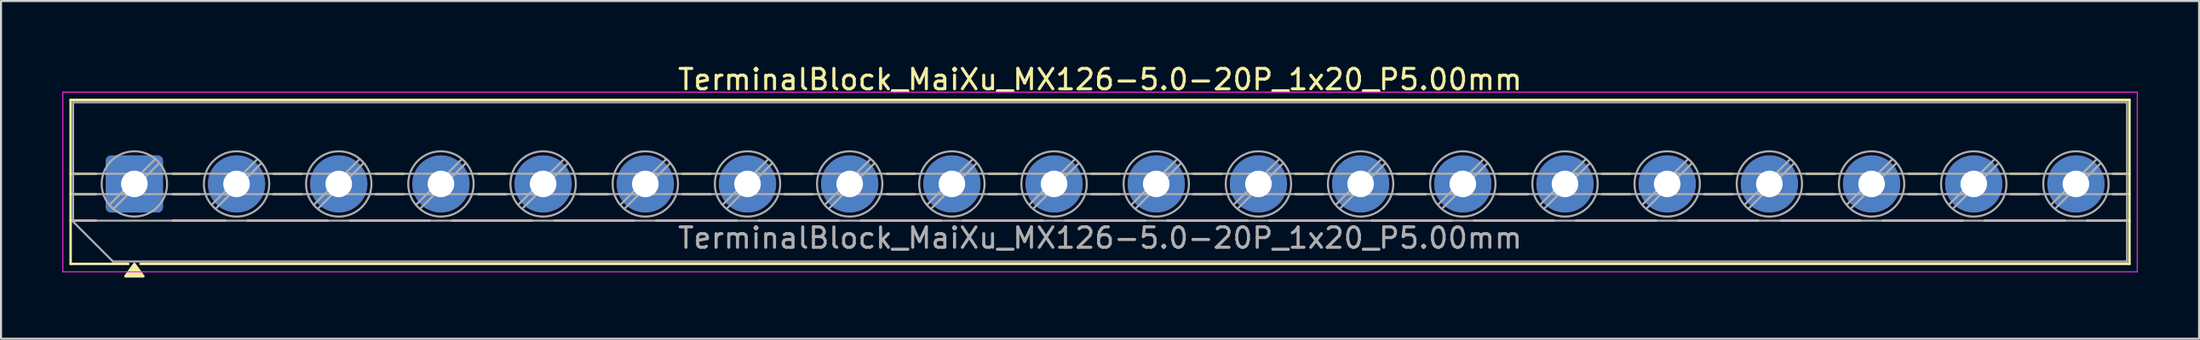
<source format=kicad_pcb>
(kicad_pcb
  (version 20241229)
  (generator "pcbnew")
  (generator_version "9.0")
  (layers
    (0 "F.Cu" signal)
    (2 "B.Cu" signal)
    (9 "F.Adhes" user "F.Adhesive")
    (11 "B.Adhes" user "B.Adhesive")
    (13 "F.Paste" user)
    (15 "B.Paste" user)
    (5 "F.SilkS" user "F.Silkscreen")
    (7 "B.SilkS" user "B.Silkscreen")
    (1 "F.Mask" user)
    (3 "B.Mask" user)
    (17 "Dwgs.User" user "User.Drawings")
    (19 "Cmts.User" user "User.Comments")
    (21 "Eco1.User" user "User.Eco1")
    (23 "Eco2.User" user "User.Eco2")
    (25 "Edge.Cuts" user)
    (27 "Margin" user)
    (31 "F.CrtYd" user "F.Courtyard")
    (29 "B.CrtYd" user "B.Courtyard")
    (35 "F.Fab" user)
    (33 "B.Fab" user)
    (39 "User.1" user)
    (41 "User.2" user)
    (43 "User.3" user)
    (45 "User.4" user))
  (footprint "TerminalBlock_MaiXu_MX126-5.0-20P_1x20_P5.00mm"
    (layer "F.Cu")
    (at 3.525 5.968)
    (property "Reference" "TerminalBlock_MaiXu_MX126-5.0-20P_1x20_P5.00mm" (at 47.25 -5.12 0) (layer "F.SilkS") (effects (font (size 1 1) (thickness 0.15))))
    (attr through_hole)
    (fp_line (start -3.12 -4.12) (end -3.12 3.92) (stroke (width 0.12) (type solid)) (layer "F.SilkS"))
    (fp_line (start -3.12 -4.12) (end 97.62 -4.12) (stroke (width 0.12) (type solid)) (layer "F.SilkS"))
    (fp_line (start -3.12 -0.5) (end -1.88 -0.5) (stroke (width 0.12) (type solid)) (layer "F.SilkS"))
    (fp_line (start -3.12 0.5) (end -1.88 0.5) (stroke (width 0.12) (type solid)) (layer "F.SilkS"))
    (fp_line (start -3.12 1.8) (end -1.88 1.8) (stroke (width 0.12) (type solid)) (layer "F.SilkS"))
    (fp_line (start -3.12 3.92) (end -0.3 3.92) (stroke (width 0.12) (type solid)) (layer "F.SilkS"))
    (fp_line (start 0.3 3.92) (end 97.62 3.92) (stroke (width 0.12) (type solid)) (layer "F.SilkS"))
    (fp_line (start 1.88 -0.5) (end 3.188 -0.5) (stroke (width 0.12) (type solid)) (layer "F.SilkS"))
    (fp_line (start 1.88 0.5) (end 3.188 0.5) (stroke (width 0.12) (type solid)) (layer "F.SilkS"))
    (fp_line (start 1.88 1.8) (end 4.457 1.8) (stroke (width 0.12) (type solid)) (layer "F.SilkS"))
    (fp_line (start 5.543 1.8) (end 9.457 1.8) (stroke (width 0.12) (type solid)) (layer "F.SilkS"))
    (fp_line (start 6.812 -0.5) (end 8.188 -0.5) (stroke (width 0.12) (type solid)) (layer "F.SilkS"))
    (fp_line (start 6.812 0.5) (end 8.188 0.5) (stroke (width 0.12) (type solid)) (layer "F.SilkS"))
    (fp_line (start 10.543 1.8) (end 14.457 1.8) (stroke (width 0.12) (type solid)) (layer "F.SilkS"))
    (fp_line (start 11.812 -0.5) (end 13.188 -0.5) (stroke (width 0.12) (type solid)) (layer "F.SilkS"))
    (fp_line (start 11.812 0.5) (end 13.188 0.5) (stroke (width 0.12) (type solid)) (layer "F.SilkS"))
    (fp_line (start 15.543 1.8) (end 19.457 1.8) (stroke (width 0.12) (type solid)) (layer "F.SilkS"))
    (fp_line (start 16.812 -0.5) (end 18.188 -0.5) (stroke (width 0.12) (type solid)) (layer "F.SilkS"))
    (fp_line (start 16.812 0.5) (end 18.188 0.5) (stroke (width 0.12) (type solid)) (layer "F.SilkS"))
    (fp_line (start 20.543 1.8) (end 24.457 1.8) (stroke (width 0.12) (type solid)) (layer "F.SilkS"))
    (fp_line (start 21.812 -0.5) (end 23.188 -0.5) (stroke (width 0.12) (type solid)) (layer "F.SilkS"))
    (fp_line (start 21.812 0.5) (end 23.188 0.5) (stroke (width 0.12) (type solid)) (layer "F.SilkS"))
    (fp_line (start 25.543 1.8) (end 29.457 1.8) (stroke (width 0.12) (type solid)) (layer "F.SilkS"))
    (fp_line (start 26.812 -0.5) (end 28.188 -0.5) (stroke (width 0.12) (type solid)) (layer "F.SilkS"))
    (fp_line (start 26.812 0.5) (end 28.188 0.5) (stroke (width 0.12) (type solid)) (layer "F.SilkS"))
    (fp_line (start 30.543 1.8) (end 34.457 1.8) (stroke (width 0.12) (type solid)) (layer "F.SilkS"))
    (fp_line (start 31.812 -0.5) (end 33.188 -0.5) (stroke (width 0.12) (type solid)) (layer "F.SilkS"))
    (fp_line (start 31.812 0.5) (end 33.188 0.5) (stroke (width 0.12) (type solid)) (layer "F.SilkS"))
    (fp_line (start 35.543 1.8) (end 39.457 1.8) (stroke (width 0.12) (type solid)) (layer "F.SilkS"))
    (fp_line (start 36.812 -0.5) (end 38.188 -0.5) (stroke (width 0.12) (type solid)) (layer "F.SilkS"))
    (fp_line (start 36.812 0.5) (end 38.188 0.5) (stroke (width 0.12) (type solid)) (layer "F.SilkS"))
    (fp_line (start 40.543 1.8) (end 44.457 1.8) (stroke (width 0.12) (type solid)) (layer "F.SilkS"))
    (fp_line (start 41.812 -0.5) (end 43.188 -0.5) (stroke (width 0.12) (type solid)) (layer "F.SilkS"))
    (fp_line (start 41.812 0.5) (end 43.188 0.5) (stroke (width 0.12) (type solid)) (layer "F.SilkS"))
    (fp_line (start 45.543 1.8) (end 49.457 1.8) (stroke (width 0.12) (type solid)) (layer "F.SilkS"))
    (fp_line (start 46.812 -0.5) (end 48.188 -0.5) (stroke (width 0.12) (type solid)) (layer "F.SilkS"))
    (fp_line (start 46.812 0.5) (end 48.188 0.5) (stroke (width 0.12) (type solid)) (layer "F.SilkS"))
    (fp_line (start 50.543 1.8) (end 54.457 1.8) (stroke (width 0.12) (type solid)) (layer "F.SilkS"))
    (fp_line (start 51.812 -0.5) (end 53.188 -0.5) (stroke (width 0.12) (type solid)) (layer "F.SilkS"))
    (fp_line (start 51.812 0.5) (end 53.188 0.5) (stroke (width 0.12) (type solid)) (layer "F.SilkS"))
    (fp_line (start 55.543 1.8) (end 59.457 1.8) (stroke (width 0.12) (type solid)) (layer "F.SilkS"))
    (fp_line (start 56.812 -0.5) (end 58.188 -0.5) (stroke (width 0.12) (type solid)) (layer "F.SilkS"))
    (fp_line (start 56.812 0.5) (end 58.188 0.5) (stroke (width 0.12) (type solid)) (layer "F.SilkS"))
    (fp_line (start 60.543 1.8) (end 64.457 1.8) (stroke (width 0.12) (type solid)) (layer "F.SilkS"))
    (fp_line (start 61.812 -0.5) (end 63.188 -0.5) (stroke (width 0.12) (type solid)) (layer "F.SilkS"))
    (fp_line (start 61.812 0.5) (end 63.188 0.5) (stroke (width 0.12) (type solid)) (layer "F.SilkS"))
    (fp_line (start 65.543 1.8) (end 69.457 1.8) (stroke (width 0.12) (type solid)) (layer "F.SilkS"))
    (fp_line (start 66.812 -0.5) (end 68.188 -0.5) (stroke (width 0.12) (type solid)) (layer "F.SilkS"))
    (fp_line (start 66.812 0.5) (end 68.188 0.5) (stroke (width 0.12) (type solid)) (layer "F.SilkS"))
    (fp_line (start 70.543 1.8) (end 74.457 1.8) (stroke (width 0.12) (type solid)) (layer "F.SilkS"))
    (fp_line (start 71.812 -0.5) (end 73.188 -0.5) (stroke (width 0.12) (type solid)) (layer "F.SilkS"))
    (fp_line (start 71.812 0.5) (end 73.188 0.5) (stroke (width 0.12) (type solid)) (layer "F.SilkS"))
    (fp_line (start 75.543 1.8) (end 79.457 1.8) (stroke (width 0.12) (type solid)) (layer "F.SilkS"))
    (fp_line (start 76.812 -0.5) (end 78.188 -0.5) (stroke (width 0.12) (type solid)) (layer "F.SilkS"))
    (fp_line (start 76.812 0.5) (end 78.188 0.5) (stroke (width 0.12) (type solid)) (layer "F.SilkS"))
    (fp_line (start 80.543 1.8) (end 84.457 1.8) (stroke (width 0.12) (type solid)) (layer "F.SilkS"))
    (fp_line (start 81.812 -0.5) (end 83.188 -0.5) (stroke (width 0.12) (type solid)) (layer "F.SilkS"))
    (fp_line (start 81.812 0.5) (end 83.188 0.5) (stroke (width 0.12) (type solid)) (layer "F.SilkS"))
    (fp_line (start 85.543 1.8) (end 89.457 1.8) (stroke (width 0.12) (type solid)) (layer "F.SilkS"))
    (fp_line (start 86.812 -0.5) (end 88.188 -0.5) (stroke (width 0.12) (type solid)) (layer "F.SilkS"))
    (fp_line (start 86.812 0.5) (end 88.188 0.5) (stroke (width 0.12) (type solid)) (layer "F.SilkS"))
    (fp_line (start 90.543 1.8) (end 94.457 1.8) (stroke (width 0.12) (type solid)) (layer "F.SilkS"))
    (fp_line (start 91.812 -0.5) (end 93.188 -0.5) (stroke (width 0.12) (type solid)) (layer "F.SilkS"))
    (fp_line (start 91.812 0.5) (end 93.188 0.5) (stroke (width 0.12) (type solid)) (layer "F.SilkS"))
    (fp_line (start 95.543 1.8) (end 97.62 1.8) (stroke (width 0.12) (type solid)) (layer "F.SilkS"))
    (fp_line (start 96.812 -0.5) (end 97.62 -0.5) (stroke (width 0.12) (type solid)) (layer "F.SilkS"))
    (fp_line (start 96.812 0.5) (end 97.62 0.5) (stroke (width 0.12) (type solid)) (layer "F.SilkS"))
    (fp_line (start 97.62 -4.12) (end 97.62 3.92) (stroke (width 0.12) (type solid)) (layer "F.SilkS"))
    (fp_poly (pts (xy 0 3.92) (xy 0.44 4.53) (xy -0.44 4.53)) (stroke (width 0.12) (type solid)) (fill yes) (layer "F.SilkS"))
    (fp_line (start -3.5 -4.5) (end -3.5 4.31) (stroke (width 0.05) (type solid)) (layer "F.CrtYd"))
    (fp_line (start -3.5 4.31) (end 98 4.31) (stroke (width 0.05) (type solid)) (layer "F.CrtYd"))
    (fp_line (start 98 -4.5) (end -3.5 -4.5) (stroke (width 0.05) (type solid)) (layer "F.CrtYd"))
    (fp_line (start 98 4.31) (end 98 -4.5) (stroke (width 0.05) (type solid)) (layer "F.CrtYd"))
    (fp_line (start -3 -4) (end 97.5 -4) (stroke (width 0.1) (type solid)) (layer "F.Fab"))
    (fp_line (start -3 -0.5) (end 97.5 -0.5) (stroke (width 0.1) (type solid)) (layer "F.Fab"))
    (fp_line (start -3 0.5) (end 97.5 0.5) (stroke (width 0.1) (type solid)) (layer "F.Fab"))
    (fp_line (start -3 1.8) (end 97.5 1.8) (stroke (width 0.1) (type solid)) (layer "F.Fab"))
    (fp_line (start -3 1.85) (end -3 -4) (stroke (width 0.1) (type solid)) (layer "F.Fab"))
    (fp_line (start -1.05 3.8) (end -3 1.85) (stroke (width 0.1) (type solid)) (layer "F.Fab"))
    (fp_line (start 1.018 -1.213) (end -1.214 1.018) (stroke (width 0.1) (type solid)) (layer "F.Fab"))
    (fp_line (start 1.213 -1.018) (end -1.018 1.213) (stroke (width 0.1) (type solid)) (layer "F.Fab"))
    (fp_line (start 6.018 -1.213) (end 3.786 1.018) (stroke (width 0.1) (type solid)) (layer "F.Fab"))
    (fp_line (start 6.213 -1.018) (end 3.982 1.213) (stroke (width 0.1) (type solid)) (layer "F.Fab"))
    (fp_line (start 11.018 -1.213) (end 8.786 1.018) (stroke (width 0.1) (type solid)) (layer "F.Fab"))
    (fp_line (start 11.213 -1.018) (end 8.982 1.213) (stroke (width 0.1) (type solid)) (layer "F.Fab"))
    (fp_line (start 16.018 -1.213) (end 13.786 1.018) (stroke (width 0.1) (type solid)) (layer "F.Fab"))
    (fp_line (start 16.213 -1.018) (end 13.982 1.213) (stroke (width 0.1) (type solid)) (layer "F.Fab"))
    (fp_line (start 21.018 -1.213) (end 18.786 1.018) (stroke (width 0.1) (type solid)) (layer "F.Fab"))
    (fp_line (start 21.213 -1.018) (end 18.982 1.213) (stroke (width 0.1) (type solid)) (layer "F.Fab"))
    (fp_line (start 26.018 -1.213) (end 23.786 1.018) (stroke (width 0.1) (type solid)) (layer "F.Fab"))
    (fp_line (start 26.213 -1.018) (end 23.982 1.213) (stroke (width 0.1) (type solid)) (layer "F.Fab"))
    (fp_line (start 31.018 -1.213) (end 28.786 1.018) (stroke (width 0.1) (type solid)) (layer "F.Fab"))
    (fp_line (start 31.213 -1.018) (end 28.982 1.213) (stroke (width 0.1) (type solid)) (layer "F.Fab"))
    (fp_line (start 36.018 -1.213) (end 33.786 1.018) (stroke (width 0.1) (type solid)) (layer "F.Fab"))
    (fp_line (start 36.213 -1.018) (end 33.982 1.213) (stroke (width 0.1) (type solid)) (layer "F.Fab"))
    (fp_line (start 41.018 -1.213) (end 38.786 1.018) (stroke (width 0.1) (type solid)) (layer "F.Fab"))
    (fp_line (start 41.213 -1.018) (end 38.982 1.213) (stroke (width 0.1) (type solid)) (layer "F.Fab"))
    (fp_line (start 46.018 -1.213) (end 43.786 1.018) (stroke (width 0.1) (type solid)) (layer "F.Fab"))
    (fp_line (start 46.213 -1.018) (end 43.982 1.213) (stroke (width 0.1) (type solid)) (layer "F.Fab"))
    (fp_line (start 51.018 -1.213) (end 48.786 1.018) (stroke (width 0.1) (type solid)) (layer "F.Fab"))
    (fp_line (start 51.213 -1.018) (end 48.982 1.213) (stroke (width 0.1) (type solid)) (layer "F.Fab"))
    (fp_line (start 56.018 -1.213) (end 53.786 1.018) (stroke (width 0.1) (type solid)) (layer "F.Fab"))
    (fp_line (start 56.213 -1.018) (end 53.982 1.213) (stroke (width 0.1) (type solid)) (layer "F.Fab"))
    (fp_line (start 61.018 -1.213) (end 58.786 1.018) (stroke (width 0.1) (type solid)) (layer "F.Fab"))
    (fp_line (start 61.213 -1.018) (end 58.982 1.213) (stroke (width 0.1) (type solid)) (layer "F.Fab"))
    (fp_line (start 66.018 -1.213) (end 63.786 1.018) (stroke (width 0.1) (type solid)) (layer "F.Fab"))
    (fp_line (start 66.213 -1.018) (end 63.982 1.213) (stroke (width 0.1) (type solid)) (layer "F.Fab"))
    (fp_line (start 71.018 -1.213) (end 68.786 1.018) (stroke (width 0.1) (type solid)) (layer "F.Fab"))
    (fp_line (start 71.213 -1.018) (end 68.982 1.213) (stroke (width 0.1) (type solid)) (layer "F.Fab"))
    (fp_line (start 76.018 -1.213) (end 73.786 1.018) (stroke (width 0.1) (type solid)) (layer "F.Fab"))
    (fp_line (start 76.213 -1.018) (end 73.982 1.213) (stroke (width 0.1) (type solid)) (layer "F.Fab"))
    (fp_line (start 81.018 -1.213) (end 78.786 1.018) (stroke (width 0.1) (type solid)) (layer "F.Fab"))
    (fp_line (start 81.213 -1.018) (end 78.982 1.213) (stroke (width 0.1) (type solid)) (layer "F.Fab"))
    (fp_line (start 86.018 -1.213) (end 83.786 1.018) (stroke (width 0.1) (type solid)) (layer "F.Fab"))
    (fp_line (start 86.213 -1.018) (end 83.982 1.213) (stroke (width 0.1) (type solid)) (layer "F.Fab"))
    (fp_line (start 91.018 -1.213) (end 88.786 1.018) (stroke (width 0.1) (type solid)) (layer "F.Fab"))
    (fp_line (start 91.213 -1.018) (end 88.982 1.213) (stroke (width 0.1) (type solid)) (layer "F.Fab"))
    (fp_line (start 96.018 -1.213) (end 93.786 1.018) (stroke (width 0.1) (type solid)) (layer "F.Fab"))
    (fp_line (start 96.213 -1.018) (end 93.982 1.213) (stroke (width 0.1) (type solid)) (layer "F.Fab"))
    (fp_line (start 97.5 -4) (end 97.5 3.8) (stroke (width 0.1) (type solid)) (layer "F.Fab"))
    (fp_line (start 97.5 3.8) (end -1.05 3.8) (stroke (width 0.1) (type solid)) (layer "F.Fab"))
    (fp_circle (center 0 0) (end 1.6 0) (stroke (width 0.1) (type solid)) (fill no) (layer "F.Fab"))
    (fp_circle (center 5 0) (end 6.6 0) (stroke (width 0.1) (type solid)) (fill no) (layer "F.Fab"))
    (fp_circle (center 10 0) (end 11.6 0) (stroke (width 0.1) (type solid)) (fill no) (layer "F.Fab"))
    (fp_circle (center 15 0) (end 16.6 0) (stroke (width 0.1) (type solid)) (fill no) (layer "F.Fab"))
    (fp_circle (center 20 0) (end 21.6 0) (stroke (width 0.1) (type solid)) (fill no) (layer "F.Fab"))
    (fp_circle (center 25 0) (end 26.6 0) (stroke (width 0.1) (type solid)) (fill no) (layer "F.Fab"))
    (fp_circle (center 30 0) (end 31.6 0) (stroke (width 0.1) (type solid)) (fill no) (layer "F.Fab"))
    (fp_circle (center 35 0) (end 36.6 0) (stroke (width 0.1) (type solid)) (fill no) (layer "F.Fab"))
    (fp_circle (center 40 0) (end 41.6 0) (stroke (width 0.1) (type solid)) (fill no) (layer "F.Fab"))
    (fp_circle (center 45 0) (end 46.6 0) (stroke (width 0.1) (type solid)) (fill no) (layer "F.Fab"))
    (fp_circle (center 50 0) (end 51.6 0) (stroke (width 0.1) (type solid)) (fill no) (layer "F.Fab"))
    (fp_circle (center 55 0) (end 56.6 0) (stroke (width 0.1) (type solid)) (fill no) (layer "F.Fab"))
    (fp_circle (center 60 0) (end 61.6 0) (stroke (width 0.1) (type solid)) (fill no) (layer "F.Fab"))
    (fp_circle (center 65 0) (end 66.6 0) (stroke (width 0.1) (type solid)) (fill no) (layer "F.Fab"))
    (fp_circle (center 70 0) (end 71.6 0) (stroke (width 0.1) (type solid)) (fill no) (layer "F.Fab"))
    (fp_circle (center 75 0) (end 76.6 0) (stroke (width 0.1) (type solid)) (fill no) (layer "F.Fab"))
    (fp_circle (center 80 0) (end 81.6 0) (stroke (width 0.1) (type solid)) (fill no) (layer "F.Fab"))
    (fp_circle (center 85 0) (end 86.6 0) (stroke (width 0.1) (type solid)) (fill no) (layer "F.Fab"))
    (fp_circle (center 90 0) (end 91.6 0) (stroke (width 0.1) (type solid)) (fill no) (layer "F.Fab"))
    (fp_circle (center 95 0) (end 96.6 0) (stroke (width 0.1) (type solid)) (fill no) (layer "F.Fab"))
    (fp_text user "${REFERENCE}" (at 47.25 2.65 0) (layer "F.Fab") (effects (font (size 1 1) (thickness 0.15))))
    (pad "1" thru_hole roundrect (at 0 0) (size 2.8 2.8) (drill 1.3) (layers "*.Cu" "*.Mask") (roundrect_rratio 0.089))
    (pad "2" thru_hole circle (at 5 0) (size 2.8 2.8) (drill 1.3) (layers "*.Cu" "*.Mask"))
    (pad "3" thru_hole circle (at 10 0) (size 2.8 2.8) (drill 1.3) (layers "*.Cu" "*.Mask"))
    (pad "4" thru_hole circle (at 15 0) (size 2.8 2.8) (drill 1.3) (layers "*.Cu" "*.Mask"))
    (pad "5" thru_hole circle (at 20 0) (size 2.8 2.8) (drill 1.3) (layers "*.Cu" "*.Mask"))
    (pad "6" thru_hole circle (at 25 0) (size 2.8 2.8) (drill 1.3) (layers "*.Cu" "*.Mask"))
    (pad "7" thru_hole circle (at 30 0) (size 2.8 2.8) (drill 1.3) (layers "*.Cu" "*.Mask"))
    (pad "8" thru_hole circle (at 35 0) (size 2.8 2.8) (drill 1.3) (layers "*.Cu" "*.Mask"))
    (pad "9" thru_hole circle (at 40 0) (size 2.8 2.8) (drill 1.3) (layers "*.Cu" "*.Mask"))
    (pad "10" thru_hole circle (at 45 0) (size 2.8 2.8) (drill 1.3) (layers "*.Cu" "*.Mask"))
    (pad "11" thru_hole circle (at 50 0) (size 2.8 2.8) (drill 1.3) (layers "*.Cu" "*.Mask"))
    (pad "12" thru_hole circle (at 55 0) (size 2.8 2.8) (drill 1.3) (layers "*.Cu" "*.Mask"))
    (pad "13" thru_hole circle (at 60 0) (size 2.8 2.8) (drill 1.3) (layers "*.Cu" "*.Mask"))
    (pad "14" thru_hole circle (at 65 0) (size 2.8 2.8) (drill 1.3) (layers "*.Cu" "*.Mask"))
    (pad "15" thru_hole circle (at 70 0) (size 2.8 2.8) (drill 1.3) (layers "*.Cu" "*.Mask"))
    (pad "16" thru_hole circle (at 75 0) (size 2.8 2.8) (drill 1.3) (layers "*.Cu" "*.Mask"))
    (pad "17" thru_hole circle (at 80 0) (size 2.8 2.8) (drill 1.3) (layers "*.Cu" "*.Mask"))
    (pad "18" thru_hole circle (at 85 0) (size 2.8 2.8) (drill 1.3) (layers "*.Cu" "*.Mask"))
    (pad "19" thru_hole circle (at 90 0) (size 2.8 2.8) (drill 1.3) (layers "*.Cu" "*.Mask"))
    (pad "20" thru_hole circle (at 95 0) (size 2.8 2.8) (drill 1.3) (layers "*.Cu" "*.Mask")))
  (gr_rect
    (start -3 -3)
    (end 104.55 13.558)
    (stroke (width 0.1) (type default))
    (fill no)
    (layer "Edge.Cuts")))
</source>
